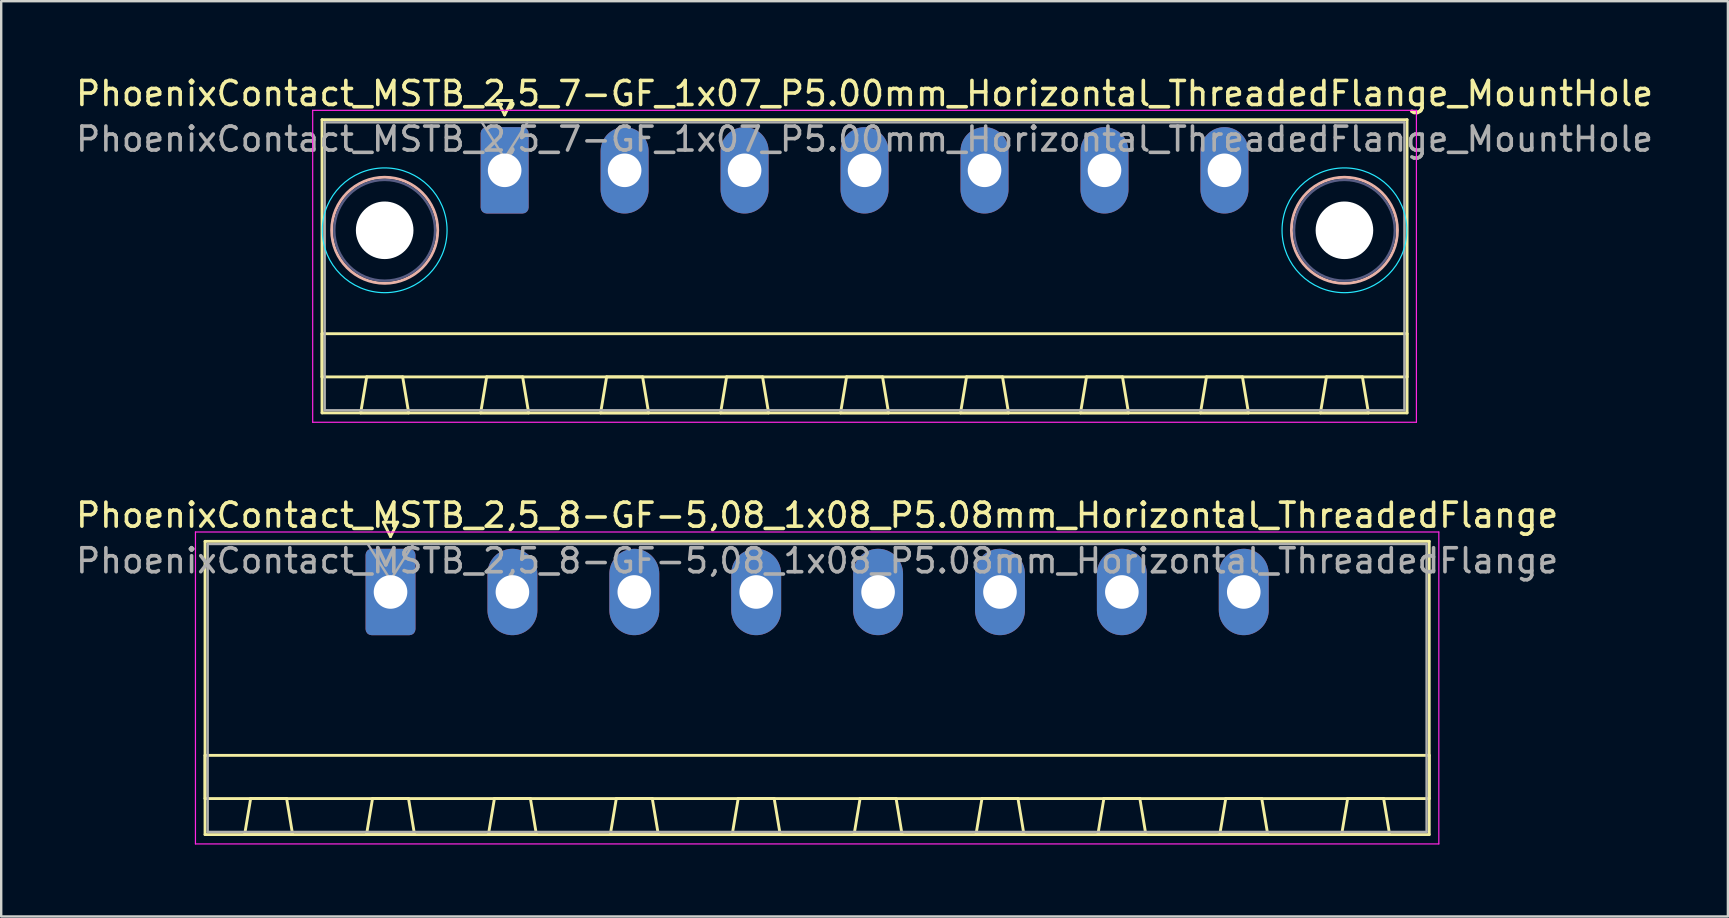
<source format=kicad_pcb>
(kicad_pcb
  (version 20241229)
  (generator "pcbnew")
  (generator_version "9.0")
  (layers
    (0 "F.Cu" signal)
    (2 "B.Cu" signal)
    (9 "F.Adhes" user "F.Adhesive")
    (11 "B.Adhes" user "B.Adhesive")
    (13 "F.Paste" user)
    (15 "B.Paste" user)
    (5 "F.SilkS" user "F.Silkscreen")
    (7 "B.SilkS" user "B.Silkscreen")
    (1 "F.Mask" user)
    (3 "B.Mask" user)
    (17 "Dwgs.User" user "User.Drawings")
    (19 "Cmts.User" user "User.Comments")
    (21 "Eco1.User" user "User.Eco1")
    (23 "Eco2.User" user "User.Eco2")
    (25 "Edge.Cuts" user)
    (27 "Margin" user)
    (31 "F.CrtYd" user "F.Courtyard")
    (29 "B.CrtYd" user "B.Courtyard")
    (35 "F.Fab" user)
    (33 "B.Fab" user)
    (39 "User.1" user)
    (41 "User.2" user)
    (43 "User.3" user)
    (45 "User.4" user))
  (footprint "PhoenixContact_MSTB_2,5_8-GF-5,08_1x08_P5.08mm_Horizontal_ThreadedFlange"
    (layer "F.Cu")
    (at 13.226 21.622)
    (property "Reference" "PhoenixContact_MSTB_2,5_8-GF-5,08_1x08_P5.08mm_Horizontal_ThreadedFlange" (at 17.78 -3.2 0) (layer "F.SilkS") (effects (font (size 1 1) (thickness 0.15))))
    (attr through_hole)
    (fp_line (start -7.73 -2.11) (end -7.73 10.11) (stroke (width 0.12) (type solid)) (layer "F.SilkS"))
    (fp_line (start -7.73 6.81) (end 43.29 6.81) (stroke (width 0.12) (type solid)) (layer "F.SilkS"))
    (fp_line (start -7.73 8.61) (end -7.73 6.81) (stroke (width 0.12) (type solid)) (layer "F.SilkS"))
    (fp_line (start -7.73 10.11) (end 43.29 10.11) (stroke (width 0.12) (type solid)) (layer "F.SilkS"))
    (fp_line (start -6.08 10.11) (end -4.08 10.11) (stroke (width 0.12) (type solid)) (layer "F.SilkS"))
    (fp_line (start -5.83 8.61) (end -6.08 10.11) (stroke (width 0.12) (type solid)) (layer "F.SilkS"))
    (fp_line (start -4.33 8.61) (end -5.83 8.61) (stroke (width 0.12) (type solid)) (layer "F.SilkS"))
    (fp_line (start -4.08 10.11) (end -4.33 8.61) (stroke (width 0.12) (type solid)) (layer "F.SilkS"))
    (fp_line (start -1 10.11) (end 1 10.11) (stroke (width 0.12) (type solid)) (layer "F.SilkS"))
    (fp_line (start -0.75 8.61) (end -1 10.11) (stroke (width 0.12) (type solid)) (layer "F.SilkS"))
    (fp_line (start -0.3 -2.91) (end 0.3 -2.91) (stroke (width 0.12) (type solid)) (layer "F.SilkS"))
    (fp_line (start 0 -2.31) (end -0.3 -2.91) (stroke (width 0.12) (type solid)) (layer "F.SilkS"))
    (fp_line (start 0.3 -2.91) (end 0 -2.31) (stroke (width 0.12) (type solid)) (layer "F.SilkS"))
    (fp_line (start 0.75 8.61) (end -0.75 8.61) (stroke (width 0.12) (type solid)) (layer "F.SilkS"))
    (fp_line (start 1 10.11) (end 0.75 8.61) (stroke (width 0.12) (type solid)) (layer "F.SilkS"))
    (fp_line (start 4.08 10.11) (end 6.08 10.11) (stroke (width 0.12) (type solid)) (layer "F.SilkS"))
    (fp_line (start 4.33 8.61) (end 4.08 10.11) (stroke (width 0.12) (type solid)) (layer "F.SilkS"))
    (fp_line (start 5.83 8.61) (end 4.33 8.61) (stroke (width 0.12) (type solid)) (layer "F.SilkS"))
    (fp_line (start 6.08 10.11) (end 5.83 8.61) (stroke (width 0.12) (type solid)) (layer "F.SilkS"))
    (fp_line (start 9.16 10.11) (end 11.16 10.11) (stroke (width 0.12) (type solid)) (layer "F.SilkS"))
    (fp_line (start 9.41 8.61) (end 9.16 10.11) (stroke (width 0.12) (type solid)) (layer "F.SilkS"))
    (fp_line (start 10.91 8.61) (end 9.41 8.61) (stroke (width 0.12) (type solid)) (layer "F.SilkS"))
    (fp_line (start 11.16 10.11) (end 10.91 8.61) (stroke (width 0.12) (type solid)) (layer "F.SilkS"))
    (fp_line (start 14.24 10.11) (end 16.24 10.11) (stroke (width 0.12) (type solid)) (layer "F.SilkS"))
    (fp_line (start 14.49 8.61) (end 14.24 10.11) (stroke (width 0.12) (type solid)) (layer "F.SilkS"))
    (fp_line (start 15.99 8.61) (end 14.49 8.61) (stroke (width 0.12) (type solid)) (layer "F.SilkS"))
    (fp_line (start 16.24 10.11) (end 15.99 8.61) (stroke (width 0.12) (type solid)) (layer "F.SilkS"))
    (fp_line (start 19.32 10.11) (end 21.32 10.11) (stroke (width 0.12) (type solid)) (layer "F.SilkS"))
    (fp_line (start 19.57 8.61) (end 19.32 10.11) (stroke (width 0.12) (type solid)) (layer "F.SilkS"))
    (fp_line (start 21.07 8.61) (end 19.57 8.61) (stroke (width 0.12) (type solid)) (layer "F.SilkS"))
    (fp_line (start 21.32 10.11) (end 21.07 8.61) (stroke (width 0.12) (type solid)) (layer "F.SilkS"))
    (fp_line (start 24.4 10.11) (end 26.4 10.11) (stroke (width 0.12) (type solid)) (layer "F.SilkS"))
    (fp_line (start 24.65 8.61) (end 24.4 10.11) (stroke (width 0.12) (type solid)) (layer "F.SilkS"))
    (fp_line (start 26.15 8.61) (end 24.65 8.61) (stroke (width 0.12) (type solid)) (layer "F.SilkS"))
    (fp_line (start 26.4 10.11) (end 26.15 8.61) (stroke (width 0.12) (type solid)) (layer "F.SilkS"))
    (fp_line (start 29.48 10.11) (end 31.48 10.11) (stroke (width 0.12) (type solid)) (layer "F.SilkS"))
    (fp_line (start 29.73 8.61) (end 29.48 10.11) (stroke (width 0.12) (type solid)) (layer "F.SilkS"))
    (fp_line (start 31.23 8.61) (end 29.73 8.61) (stroke (width 0.12) (type solid)) (layer "F.SilkS"))
    (fp_line (start 31.48 10.11) (end 31.23 8.61) (stroke (width 0.12) (type solid)) (layer "F.SilkS"))
    (fp_line (start 34.56 10.11) (end 36.56 10.11) (stroke (width 0.12) (type solid)) (layer "F.SilkS"))
    (fp_line (start 34.81 8.61) (end 34.56 10.11) (stroke (width 0.12) (type solid)) (layer "F.SilkS"))
    (fp_line (start 36.31 8.61) (end 34.81 8.61) (stroke (width 0.12) (type solid)) (layer "F.SilkS"))
    (fp_line (start 36.56 10.11) (end 36.31 8.61) (stroke (width 0.12) (type solid)) (layer "F.SilkS"))
    (fp_line (start 39.64 10.11) (end 41.64 10.11) (stroke (width 0.12) (type solid)) (layer "F.SilkS"))
    (fp_line (start 39.89 8.61) (end 39.64 10.11) (stroke (width 0.12) (type solid)) (layer "F.SilkS"))
    (fp_line (start 41.39 8.61) (end 39.89 8.61) (stroke (width 0.12) (type solid)) (layer "F.SilkS"))
    (fp_line (start 41.64 10.11) (end 41.39 8.61) (stroke (width 0.12) (type solid)) (layer "F.SilkS"))
    (fp_line (start 43.29 -2.11) (end -7.73 -2.11) (stroke (width 0.12) (type solid)) (layer "F.SilkS"))
    (fp_line (start 43.29 6.81) (end 43.29 8.61) (stroke (width 0.12) (type solid)) (layer "F.SilkS"))
    (fp_line (start 43.29 8.61) (end -7.73 8.61) (stroke (width 0.12) (type solid)) (layer "F.SilkS"))
    (fp_line (start 43.29 10.11) (end 43.29 -2.11) (stroke (width 0.12) (type solid)) (layer "F.SilkS"))
    (fp_line (start -8.13 -2.5) (end -8.13 10.5) (stroke (width 0.05) (type solid)) (layer "F.CrtYd"))
    (fp_line (start -8.13 10.5) (end 43.69 10.5) (stroke (width 0.05) (type solid)) (layer "F.CrtYd"))
    (fp_line (start 43.69 -2.5) (end -8.13 -2.5) (stroke (width 0.05) (type solid)) (layer "F.CrtYd"))
    (fp_line (start 43.69 10.5) (end 43.69 -2.5) (stroke (width 0.05) (type solid)) (layer "F.CrtYd"))
    (fp_line (start -7.62 -2) (end -7.62 10) (stroke (width 0.1) (type solid)) (layer "F.Fab"))
    (fp_line (start -7.62 10) (end 43.18 10) (stroke (width 0.1) (type solid)) (layer "F.Fab"))
    (fp_line (start 0 -0.5) (end -0.95 -2) (stroke (width 0.1) (type solid)) (layer "F.Fab"))
    (fp_line (start 0.95 -2) (end 0 -0.5) (stroke (width 0.1) (type solid)) (layer "F.Fab"))
    (fp_line (start 43.18 -2) (end -7.62 -2) (stroke (width 0.1) (type solid)) (layer "F.Fab"))
    (fp_line (start 43.18 10) (end 43.18 -2) (stroke (width 0.1) (type solid)) (layer "F.Fab"))
    (fp_text user "${REFERENCE}" (at 17.78 -1.3 0) (layer "F.Fab") (effects (font (size 1 1) (thickness 0.15))))
    (pad "1" thru_hole roundrect (at 0 0) (size 2.08 3.6) (drill 1.4) (layers "*.Cu" "*.Mask") (roundrect_rratio 0.12))
    (pad "2" thru_hole oval (at 5.08 0) (size 2.08 3.6) (drill 1.4) (layers "*.Cu" "*.Mask"))
    (pad "3" thru_hole oval (at 10.16 0) (size 2.08 3.6) (drill 1.4) (layers "*.Cu" "*.Mask"))
    (pad "4" thru_hole oval (at 15.24 0) (size 2.08 3.6) (drill 1.4) (layers "*.Cu" "*.Mask"))
    (pad "5" thru_hole oval (at 20.32 0) (size 2.08 3.6) (drill 1.4) (layers "*.Cu" "*.Mask"))
    (pad "6" thru_hole oval (at 25.4 0) (size 2.08 3.6) (drill 1.4) (layers "*.Cu" "*.Mask"))
    (pad "7" thru_hole oval (at 30.48 0) (size 2.08 3.6) (drill 1.4) (layers "*.Cu" "*.Mask"))
    (pad "8" thru_hole oval (at 35.56 0) (size 2.08 3.6) (drill 1.4) (layers "*.Cu" "*.Mask")))
  (footprint "PhoenixContact_MSTB_2,5_7-GF_1x07_P5.00mm_Horizontal_ThreadedFlange_MountHole"
    (layer "F.Cu")
    (at 17.982 4.048)
    (property "Reference" "PhoenixContact_MSTB_2,5_7-GF_1x07_P5.00mm_Horizontal_ThreadedFlange_MountHole" (at 15 -3.2 0) (layer "F.SilkS") (effects (font (size 1 1) (thickness 0.15))))
    (attr through_hole)
    (fp_line (start -7.61 -2.11) (end -7.61 10.11) (stroke (width 0.12) (type solid)) (layer "F.SilkS"))
    (fp_line (start -7.61 6.81) (end 37.61 6.81) (stroke (width 0.12) (type solid)) (layer "F.SilkS"))
    (fp_line (start -7.61 8.61) (end -7.61 6.81) (stroke (width 0.12) (type solid)) (layer "F.SilkS"))
    (fp_line (start -7.61 10.11) (end 37.61 10.11) (stroke (width 0.12) (type solid)) (layer "F.SilkS"))
    (fp_line (start -6 10.11) (end -4 10.11) (stroke (width 0.12) (type solid)) (layer "F.SilkS"))
    (fp_line (start -5.75 8.61) (end -6 10.11) (stroke (width 0.12) (type solid)) (layer "F.SilkS"))
    (fp_line (start -4.25 8.61) (end -5.75 8.61) (stroke (width 0.12) (type solid)) (layer "F.SilkS"))
    (fp_line (start -4 10.11) (end -4.25 8.61) (stroke (width 0.12) (type solid)) (layer "F.SilkS"))
    (fp_line (start -1 10.11) (end 1 10.11) (stroke (width 0.12) (type solid)) (layer "F.SilkS"))
    (fp_line (start -0.75 8.61) (end -1 10.11) (stroke (width 0.12) (type solid)) (layer "F.SilkS"))
    (fp_line (start -0.3 -2.91) (end 0.3 -2.91) (stroke (width 0.12) (type solid)) (layer "F.SilkS"))
    (fp_line (start 0 -2.31) (end -0.3 -2.91) (stroke (width 0.12) (type solid)) (layer "F.SilkS"))
    (fp_line (start 0.3 -2.91) (end 0 -2.31) (stroke (width 0.12) (type solid)) (layer "F.SilkS"))
    (fp_line (start 0.75 8.61) (end -0.75 8.61) (stroke (width 0.12) (type solid)) (layer "F.SilkS"))
    (fp_line (start 1 10.11) (end 0.75 8.61) (stroke (width 0.12) (type solid)) (layer "F.SilkS"))
    (fp_line (start 4 10.11) (end 6 10.11) (stroke (width 0.12) (type solid)) (layer "F.SilkS"))
    (fp_line (start 4.25 8.61) (end 4 10.11) (stroke (width 0.12) (type solid)) (layer "F.SilkS"))
    (fp_line (start 5.75 8.61) (end 4.25 8.61) (stroke (width 0.12) (type solid)) (layer "F.SilkS"))
    (fp_line (start 6 10.11) (end 5.75 8.61) (stroke (width 0.12) (type solid)) (layer "F.SilkS"))
    (fp_line (start 9 10.11) (end 11 10.11) (stroke (width 0.12) (type solid)) (layer "F.SilkS"))
    (fp_line (start 9.25 8.61) (end 9 10.11) (stroke (width 0.12) (type solid)) (layer "F.SilkS"))
    (fp_line (start 10.75 8.61) (end 9.25 8.61) (stroke (width 0.12) (type solid)) (layer "F.SilkS"))
    (fp_line (start 11 10.11) (end 10.75 8.61) (stroke (width 0.12) (type solid)) (layer "F.SilkS"))
    (fp_line (start 14 10.11) (end 16 10.11) (stroke (width 0.12) (type solid)) (layer "F.SilkS"))
    (fp_line (start 14.25 8.61) (end 14 10.11) (stroke (width 0.12) (type solid)) (layer "F.SilkS"))
    (fp_line (start 15.75 8.61) (end 14.25 8.61) (stroke (width 0.12) (type solid)) (layer "F.SilkS"))
    (fp_line (start 16 10.11) (end 15.75 8.61) (stroke (width 0.12) (type solid)) (layer "F.SilkS"))
    (fp_line (start 19 10.11) (end 21 10.11) (stroke (width 0.12) (type solid)) (layer "F.SilkS"))
    (fp_line (start 19.25 8.61) (end 19 10.11) (stroke (width 0.12) (type solid)) (layer "F.SilkS"))
    (fp_line (start 20.75 8.61) (end 19.25 8.61) (stroke (width 0.12) (type solid)) (layer "F.SilkS"))
    (fp_line (start 21 10.11) (end 20.75 8.61) (stroke (width 0.12) (type solid)) (layer "F.SilkS"))
    (fp_line (start 24 10.11) (end 26 10.11) (stroke (width 0.12) (type solid)) (layer "F.SilkS"))
    (fp_line (start 24.25 8.61) (end 24 10.11) (stroke (width 0.12) (type solid)) (layer "F.SilkS"))
    (fp_line (start 25.75 8.61) (end 24.25 8.61) (stroke (width 0.12) (type solid)) (layer "F.SilkS"))
    (fp_line (start 26 10.11) (end 25.75 8.61) (stroke (width 0.12) (type solid)) (layer "F.SilkS"))
    (fp_line (start 29 10.11) (end 31 10.11) (stroke (width 0.12) (type solid)) (layer "F.SilkS"))
    (fp_line (start 29.25 8.61) (end 29 10.11) (stroke (width 0.12) (type solid)) (layer "F.SilkS"))
    (fp_line (start 30.75 8.61) (end 29.25 8.61) (stroke (width 0.12) (type solid)) (layer "F.SilkS"))
    (fp_line (start 31 10.11) (end 30.75 8.61) (stroke (width 0.12) (type solid)) (layer "F.SilkS"))
    (fp_line (start 34 10.11) (end 36 10.11) (stroke (width 0.12) (type solid)) (layer "F.SilkS"))
    (fp_line (start 34.25 8.61) (end 34 10.11) (stroke (width 0.12) (type solid)) (layer "F.SilkS"))
    (fp_line (start 35.75 8.61) (end 34.25 8.61) (stroke (width 0.12) (type solid)) (layer "F.SilkS"))
    (fp_line (start 36 10.11) (end 35.75 8.61) (stroke (width 0.12) (type solid)) (layer "F.SilkS"))
    (fp_line (start 37.61 -2.11) (end -7.61 -2.11) (stroke (width 0.12) (type solid)) (layer "F.SilkS"))
    (fp_line (start 37.61 6.81) (end 37.61 8.61) (stroke (width 0.12) (type solid)) (layer "F.SilkS"))
    (fp_line (start 37.61 8.61) (end -7.61 8.61) (stroke (width 0.12) (type solid)) (layer "F.SilkS"))
    (fp_line (start 37.61 10.11) (end 37.61 -2.11) (stroke (width 0.12) (type solid)) (layer "F.SilkS"))
    (fp_circle (center -5 2.5) (end -2.79 2.5) (stroke (width 0.12) (type solid)) (fill no) (layer "B.SilkS"))
    (fp_circle (center 35 2.5) (end 37.21 2.5) (stroke (width 0.12) (type solid)) (fill no) (layer "B.SilkS"))
    (fp_circle (center -5 2.5) (end -2.4 2.5) (stroke (width 0.05) (type solid)) (fill no) (layer "B.CrtYd"))
    (fp_circle (center 35 2.5) (end 37.6 2.5) (stroke (width 0.05) (type solid)) (fill no) (layer "B.CrtYd"))
    (fp_line (start -8 -2.5) (end -8 10.5) (stroke (width 0.05) (type solid)) (layer "F.CrtYd"))
    (fp_line (start -8 10.5) (end 38 10.5) (stroke (width 0.05) (type solid)) (layer "F.CrtYd"))
    (fp_line (start 38 -2.5) (end -8 -2.5) (stroke (width 0.05) (type solid)) (layer "F.CrtYd"))
    (fp_line (start 38 10.5) (end 38 -2.5) (stroke (width 0.05) (type solid)) (layer "F.CrtYd"))
    (fp_circle (center -5 2.5) (end -2.9 2.5) (stroke (width 0.1) (type solid)) (fill no) (layer "B.Fab"))
    (fp_circle (center 35 2.5) (end 37.1 2.5) (stroke (width 0.1) (type solid)) (fill no) (layer "B.Fab"))
    (fp_line (start -7.5 -2) (end -7.5 10) (stroke (width 0.1) (type solid)) (layer "F.Fab"))
    (fp_line (start -7.5 10) (end 37.5 10) (stroke (width 0.1) (type solid)) (layer "F.Fab"))
    (fp_line (start 0 -0.5) (end -0.95 -2) (stroke (width 0.1) (type solid)) (layer "F.Fab"))
    (fp_line (start 0.95 -2) (end 0 -0.5) (stroke (width 0.1) (type solid)) (layer "F.Fab"))
    (fp_line (start 37.5 -2) (end -7.5 -2) (stroke (width 0.1) (type solid)) (layer "F.Fab"))
    (fp_line (start 37.5 10) (end 37.5 -2) (stroke (width 0.1) (type solid)) (layer "F.Fab"))
    (fp_text user "${REFERENCE}" (at 15 -1.3 0) (layer "F.Fab") (effects (font (size 1 1) (thickness 0.15))))
    (pad "" np_thru_hole circle (at -5 2.5) (size 2.4 2.4) (drill 2.4) (layers "*.Cu" "*.Mask"))
    (pad "" np_thru_hole circle (at 35 2.5) (size 2.4 2.4) (drill 2.4) (layers "*.Cu" "*.Mask"))
    (pad "1" thru_hole roundrect (at 0 0) (size 2 3.6) (drill 1.4) (layers "*.Cu" "*.Mask") (roundrect_rratio 0.125))
    (pad "2" thru_hole oval (at 5 0) (size 2 3.6) (drill 1.4) (layers "*.Cu" "*.Mask"))
    (pad "3" thru_hole oval (at 10 0) (size 2 3.6) (drill 1.4) (layers "*.Cu" "*.Mask"))
    (pad "4" thru_hole oval (at 15 0) (size 2 3.6) (drill 1.4) (layers "*.Cu" "*.Mask"))
    (pad "5" thru_hole oval (at 20 0) (size 2 3.6) (drill 1.4) (layers "*.Cu" "*.Mask"))
    (pad "6" thru_hole oval (at 25 0) (size 2 3.6) (drill 1.4) (layers "*.Cu" "*.Mask"))
    (pad "7" thru_hole oval (at 30 0) (size 2 3.6) (drill 1.4) (layers "*.Cu" "*.Mask")))
  (gr_rect
    (start -3 -3)
    (end 68.964 35.147)
    (stroke (width 0.1) (type default))
    (fill no)
    (layer "Edge.Cuts")))
</source>
